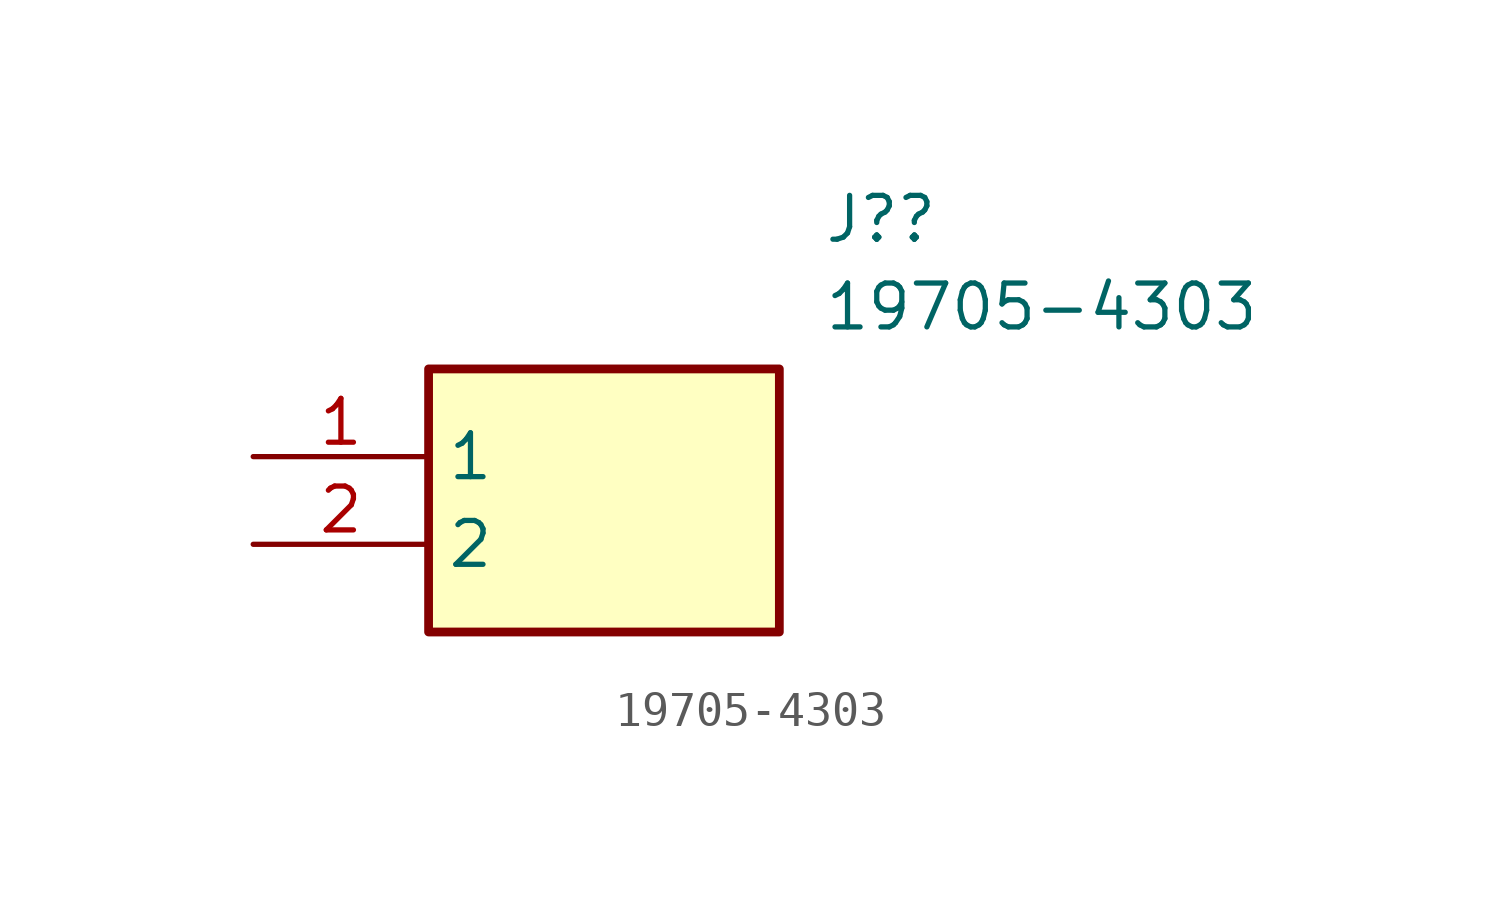
<source format=kicad_sym>
(kicad_symbol_lib
  (version 20211014)
  (generator SamacSys_ECAD_Model)
  (symbol "19705-4303"
    (property "Reference" "J?"
      (at 16.51 7.62 0)
      (effects (font (size 1.27 1.27)) (justify left top)))
    (property "Value" "19705-4303"
      (at 16.51 5.08 0)
      (effects (font (size 1.27 1.27)) (justify left top)))
    (rectangle
      (start 5.08 2.54)
      (end 15.24 -5.08)
      (stroke (width 0.254) (type default))
      (fill (type background)))
    (pin passive line
      (at 0 0 0)
      (length 5.08)
      (name "1" (effects (font (size 1.27 1.27))))
      (number "1" (effects (font (size 1.27 1.27)))))
    (pin passive line
      (at 0 -2.54 0)
      (length 5.08)
      (name "2" (effects (font (size 1.27 1.27))))
      (number "2" (effects (font (size 1.27 1.27)))))))
</source>
